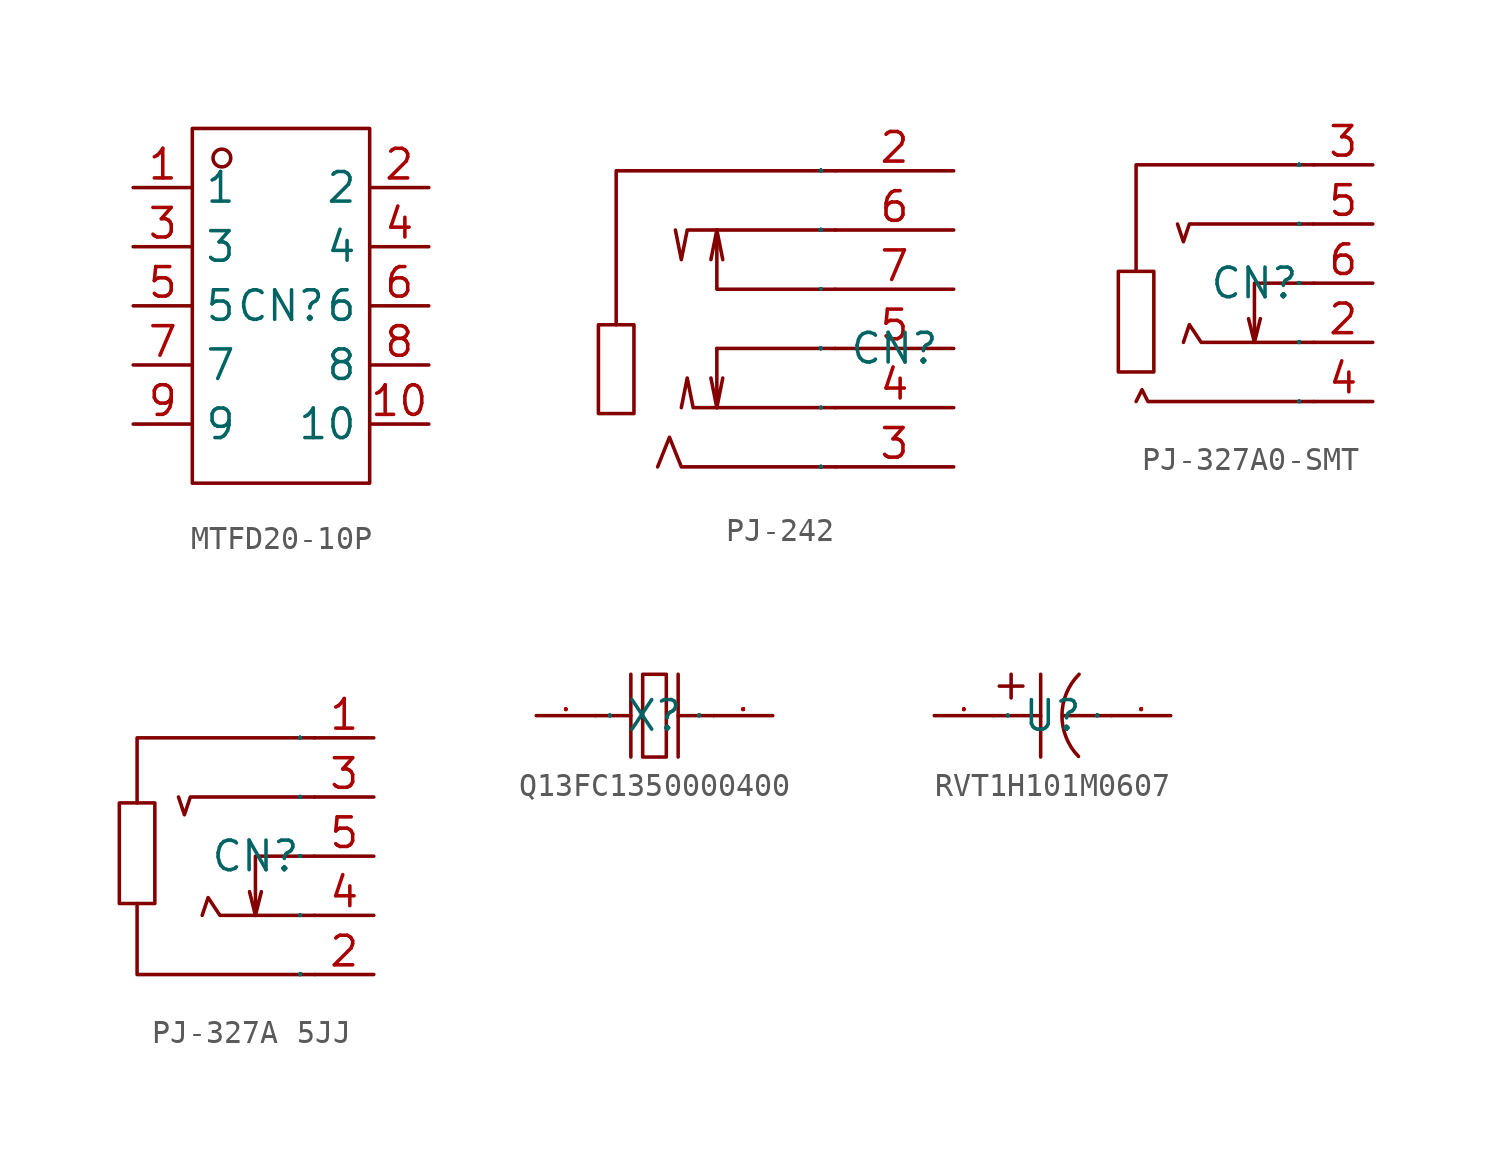
<source format=kicad_sym>
(kicad_symbol_lib
  (version 20231120)
  (generator "kicad_symbol_editor")
  (generator_version "8.0")
  (symbol "MTFD20-10P"
    (property "Reference" "CN"
      (at 0 0 0)
      (effects (font (size 1.27 1.27))))
    (property "Value" ""
      (at 0 0 0)
      (effects (font (size 1.27 1.27))))
    (symbol "MTFD20-10P_1_0"
      (rectangle (start -3.81 -7.62) (end 3.81 7.62) (stroke (width 0) (type default)) (fill (type none)))
      (circle (center -2.54 6.35) (radius 0.381) (stroke (width 0) (type default)) (fill (type none)))
      (pin unspecified line (at -6.35 5.08 0) (length 2.54) (name "1" (effects (font (size 1.27 1.27)))) (number "1" (effects (font (size 1.27 1.27)))))
      (pin unspecified line (at 6.35 -5.08 180) (length 2.54) (name "10" (effects (font (size 1.27 1.27)))) (number "10" (effects (font (size 1.27 1.27)))))
      (pin unspecified line (at 6.35 5.08 180) (length 2.54) (name "2" (effects (font (size 1.27 1.27)))) (number "2" (effects (font (size 1.27 1.27)))))
      (pin unspecified line (at -6.35 2.54 0) (length 2.54) (name "3" (effects (font (size 1.27 1.27)))) (number "3" (effects (font (size 1.27 1.27)))))
      (pin unspecified line (at 6.35 2.54 180) (length 2.54) (name "4" (effects (font (size 1.27 1.27)))) (number "4" (effects (font (size 1.27 1.27)))))
      (pin unspecified line (at -6.35 0 0) (length 2.54) (name "5" (effects (font (size 1.27 1.27)))) (number "5" (effects (font (size 1.27 1.27)))))
      (pin unspecified line (at 6.35 0 180) (length 2.54) (name "6" (effects (font (size 1.27 1.27)))) (number "6" (effects (font (size 1.27 1.27)))))
      (pin unspecified line (at -6.35 -2.54 0) (length 2.54) (name "7" (effects (font (size 1.27 1.27)))) (number "7" (effects (font (size 1.27 1.27)))))
      (pin unspecified line (at 6.35 -2.54 180) (length 2.54) (name "8" (effects (font (size 1.27 1.27)))) (number "8" (effects (font (size 1.27 1.27)))))
      (pin unspecified line (at -6.35 -5.08 0) (length 2.54) (name "9" (effects (font (size 1.27 1.27)))) (number "9" (effects (font (size 1.27 1.27)))))))
  (symbol "PJ-242"
    (property "Reference" "CN"
      (at 0 0 0)
      (effects (font (size 1.27 1.27))))
    (property "Value" ""
      (at 0 0 0)
      (effects (font (size 1.27 1.27))))
    (symbol "PJ-242_1_0"
      (rectangle (start -12.7 -2.794) (end -11.176 1.016) (stroke (width 0) (type default)) (fill (type none)))
      (polyline (pts (xy -7.62 -2.54) (xy -7.874 -1.27)) (stroke (width 0) (type default)) (fill (type none)))
      (polyline (pts (xy -7.62 0) (xy -2.54 0)) (stroke (width 0) (type default)) (fill (type none)))
      (polyline (pts (xy -7.62 5.08) (xy -7.366 3.81)) (stroke (width 0) (type default)) (fill (type none)))
      (polyline (pts (xy -7.62 0) (xy -7.62 -2.54) (xy -7.62 -2.54) (xy -7.366 -1.27)) (stroke (width 0) (type default)) (fill (type none)))
      (polyline (pts (xy -2.54 7.62) (xy -11.938 7.62) (xy -11.938 7.62) (xy -11.938 1.016)) (stroke (width 0) (type default)) (fill (type none)))
      (polyline (pts (xy -2.54 -5.08) (xy -9.144 -5.08) (xy -9.144 -5.08) (xy -9.652 -3.81) (xy -9.652 -3.81) (xy -10.16 -5.08)) (stroke (width 0) (type default)) (fill (type none)))
      (polyline (pts (xy -2.54 -2.54) (xy -8.636 -2.54) (xy -8.636 -2.54) (xy -8.89 -1.27) (xy -8.89 -1.27) (xy -9.144 -2.54)) (stroke (width 0) (type default)) (fill (type none)))
      (polyline (pts (xy -2.54 2.54) (xy -7.62 2.54) (xy -7.62 2.54) (xy -7.62 5.08) (xy -7.62 5.08) (xy -7.874 3.81)) (stroke (width 0) (type default)) (fill (type none)))
      (polyline (pts (xy -2.54 5.08) (xy -8.89 5.08) (xy -8.89 5.08) (xy -9.144 3.81) (xy -9.144 3.81) (xy -9.398 5.08)) (stroke (width 0) (type default)) (fill (type none)))
      (pin unspecified line (at 2.54 7.62 180) (length 5.08) (name "2" (effects (font (size 0.025 0.025)))) (number "2" (effects (font (size 1.27 1.27)))))
      (pin unspecified line (at 2.54 -5.08 180) (length 5.08) (name "3" (effects (font (size 0.025 0.025)))) (number "3" (effects (font (size 1.27 1.27)))))
      (pin unspecified line (at 2.54 -2.54 180) (length 5.08) (name "4" (effects (font (size 0.025 0.025)))) (number "4" (effects (font (size 1.27 1.27)))))
      (pin unspecified line (at 2.54 0 180) (length 5.08) (name "5" (effects (font (size 0.025 0.025)))) (number "5" (effects (font (size 1.27 1.27)))))
      (pin unspecified line (at 2.54 5.08 180) (length 5.08) (name "6" (effects (font (size 0.025 0.025)))) (number "6" (effects (font (size 1.27 1.27)))))
      (pin unspecified line (at 2.54 2.54 180) (length 5.08) (name "7" (effects (font (size 0.025 0.025)))) (number "7" (effects (font (size 1.27 1.27)))))))
  (symbol "PJ-327A0-SMT"
    (property "Reference" "CN"
      (at 0 0 0)
      (effects (font (size 1.27 1.27))))
    (property "Value" ""
      (at 0 0 0)
      (effects (font (size 1.27 1.27))))
    (symbol "PJ-327A0-SMT_1_0"
      (rectangle (start -5.842 -3.81) (end -4.318 0.508) (stroke (width 0) (type default)) (fill (type none)))
      (polyline (pts (xy 0 -2.54) (xy -0.254 -1.524)) (stroke (width 0) (type default)) (fill (type none)))
      (polyline (pts (xy -5.08 0.508) (xy -5.08 5.08) (xy -5.08 5.08) (xy 2.54 5.08)) (stroke (width 0) (type default)) (fill (type none)))
      (polyline (pts (xy 2.54 -5.08) (xy -4.572 -5.08) (xy -4.572 -5.08) (xy -4.826 -4.572) (xy -4.826 -4.572) (xy -5.08 -5.08)) (stroke (width 0) (type default)) (fill (type none)))
      (polyline (pts (xy 2.54 -2.54) (xy -2.286 -2.54) (xy -2.286 -2.54) (xy -2.794 -1.778) (xy -2.794 -1.778) (xy -3.048 -2.54)) (stroke (width 0) (type default)) (fill (type none)))
      (polyline (pts (xy 2.54 2.54) (xy -2.794 2.54) (xy -2.794 2.54) (xy -3.048 1.778) (xy -3.048 1.778) (xy -3.302 2.54)) (stroke (width 0) (type default)) (fill (type none)))
      (polyline (pts (xy 2.54 0) (xy 0 0) (xy 0 0) (xy 0 -2.54) (xy 0 -2.54) (xy 0.254 -1.524) (xy 0.254 -1.524) (xy 0.254 -1.524)) (stroke (width 0) (type default)) (fill (type none)))
      (pin unspecified line (at 5.08 -2.54 180) (length 2.54) (name "2" (effects (font (size 0.025 0.025)))) (number "2" (effects (font (size 1.27 1.27)))))
      (pin unspecified line (at 5.08 5.08 180) (length 2.54) (name "3" (effects (font (size 0.025 0.025)))) (number "3" (effects (font (size 1.27 1.27)))))
      (pin unspecified line (at 5.08 -5.08 180) (length 2.54) (name "4" (effects (font (size 0.025 0.025)))) (number "4" (effects (font (size 1.27 1.27)))))
      (pin unspecified line (at 5.08 2.54 180) (length 2.54) (name "5" (effects (font (size 0.025 0.025)))) (number "5" (effects (font (size 1.27 1.27)))))
      (pin unspecified line (at 5.08 0 180) (length 2.54) (name "6" (effects (font (size 0.025 0.025)))) (number "6" (effects (font (size 1.27 1.27)))))))
  (symbol "PJ-327A 5JJ"
    (property "Reference" "CN"
      (at 0 0 0)
      (effects (font (size 1.27 1.27))))
    (property "Value" ""
      (at 0 0 0)
      (effects (font (size 1.27 1.27))))
    (symbol "PJ-327A 5JJ_1_0"
      (rectangle (start -5.842 -2.032) (end -4.318 2.286) (stroke (width 0) (type default)) (fill (type none)))
      (polyline (pts (xy 0 -2.54) (xy -0.254 -1.524)) (stroke (width 0) (type default)) (fill (type none)))
      (polyline (pts (xy -5.08 2.286) (xy -5.08 5.08) (xy -5.08 5.08) (xy 2.54 5.08)) (stroke (width 0) (type default)) (fill (type none)))
      (polyline (pts (xy 2.54 -5.08) (xy -5.08 -5.08) (xy -5.08 -5.08) (xy -5.08 -3.81) (xy -5.08 -3.81) (xy -5.08 -2.032)) (stroke (width 0) (type default)) (fill (type none)))
      (polyline (pts (xy 2.54 -2.54) (xy -1.524 -2.54) (xy -1.524 -2.54) (xy -2.032 -1.778) (xy -2.032 -1.778) (xy -2.286 -2.54)) (stroke (width 0) (type default)) (fill (type none)))
      (polyline (pts (xy 2.54 0) (xy 0 0) (xy 0 0) (xy 0 -2.54) (xy 0 -2.54) (xy 0.254 -1.524)) (stroke (width 0) (type default)) (fill (type none)))
      (polyline (pts (xy 2.54 2.54) (xy -2.794 2.54) (xy -2.794 2.54) (xy -3.048 1.778) (xy -3.048 1.778) (xy -3.302 2.54)) (stroke (width 0) (type default)) (fill (type none)))
      (pin unspecified line (at 5.08 5.08 180) (length 2.54) (name "1" (effects (font (size 0.025 0.025)))) (number "1" (effects (font (size 1.27 1.27)))))
      (pin unspecified line (at 5.08 -5.08 180) (length 2.54) (name "2" (effects (font (size 0.025 0.025)))) (number "2" (effects (font (size 1.27 1.27)))))
      (pin unspecified line (at 5.08 2.54 180) (length 2.54) (name "3" (effects (font (size 0.025 0.025)))) (number "3" (effects (font (size 1.27 1.27)))))
      (pin unspecified line (at 5.08 -2.54 180) (length 2.54) (name "4" (effects (font (size 0.025 0.025)))) (number "4" (effects (font (size 1.27 1.27)))))
      (pin unspecified line (at 5.08 0 180) (length 2.54) (name "5" (effects (font (size 0.025 0.025)))) (number "5" (effects (font (size 1.27 1.27)))))))
  (symbol "Q13FC1350000400"
    (property "Reference" "X"
      (at 0 0 0)
      (effects (font (size 1.27 1.27))))
    (symbol "Q13FC1350000400_1_0"
      (rectangle (start -0.508 -1.778) (end 0.508 1.778) (stroke (width 0) (type default)) (fill (type none)))
      (polyline (pts (xy -2.54 0) (xy -1.016 0)) (stroke (width 0) (type default)) (fill (type none)))
      (polyline (pts (xy -1.016 1.778) (xy -1.016 -1.778)) (stroke (width 0) (type default)) (fill (type none)))
      (polyline (pts (xy 1.016 0) (xy 2.54 0)) (stroke (width 0) (type default)) (fill (type none)))
      (polyline (pts (xy 1.016 1.778) (xy 1.016 -1.778)) (stroke (width 0) (type default)) (fill (type none)))
      (pin unspecified line (at -5.08 0 0) (length 2.54) (name "1" (effects (font (size 0.025 0.025)))) (number "1" (effects (font (size 0.025 0.025)))))
      (pin unspecified line (at 5.08 0 180) (length 2.54) (name "2" (effects (font (size 0.025 0.025)))) (number "2" (effects (font (size 0.025 0.025)))))))
  (symbol "RVT1H101M0607"
    (property "Reference" "U"
      (at 0 0 0)
      (effects (font (size 1.27 1.27))))
    (symbol "RVT1H101M0607_1_0"
      (polyline (pts (xy -2.54 0) (xy -0.508 0)) (stroke (width 0) (type default)) (fill (type none)))
      (polyline (pts (xy -2.286 1.27) (xy -1.27 1.27)) (stroke (width 0) (type default)) (fill (type none)))
      (polyline (pts (xy -1.778 1.778) (xy -1.778 0.762)) (stroke (width 0) (type default)) (fill (type none)))
      (polyline (pts (xy -0.508 1.778) (xy -0.508 -1.778)) (stroke (width 0) (type default)) (fill (type none)))
      (polyline (pts (xy 0.508 0) (xy 2.54 0)) (stroke (width 0) (type default)) (fill (type none)))
      (arc (start 1.143 1.778) (mid 0.4065 0.0179) (end 1.1176 -1.7526) (stroke (width 0) (type default)) (fill (type none)))
      (pin input line (at -5.08 0 0) (length 2.54) (name "1" (effects (font (size 0.025 0.025)))) (number "1" (effects (font (size 0.025 0.025)))))
      (pin input line (at 5.08 0 180) (length 2.54) (name "2" (effects (font (size 0.025 0.025)))) (number "2" (effects (font (size 0.025 0.025))))))))
</source>
